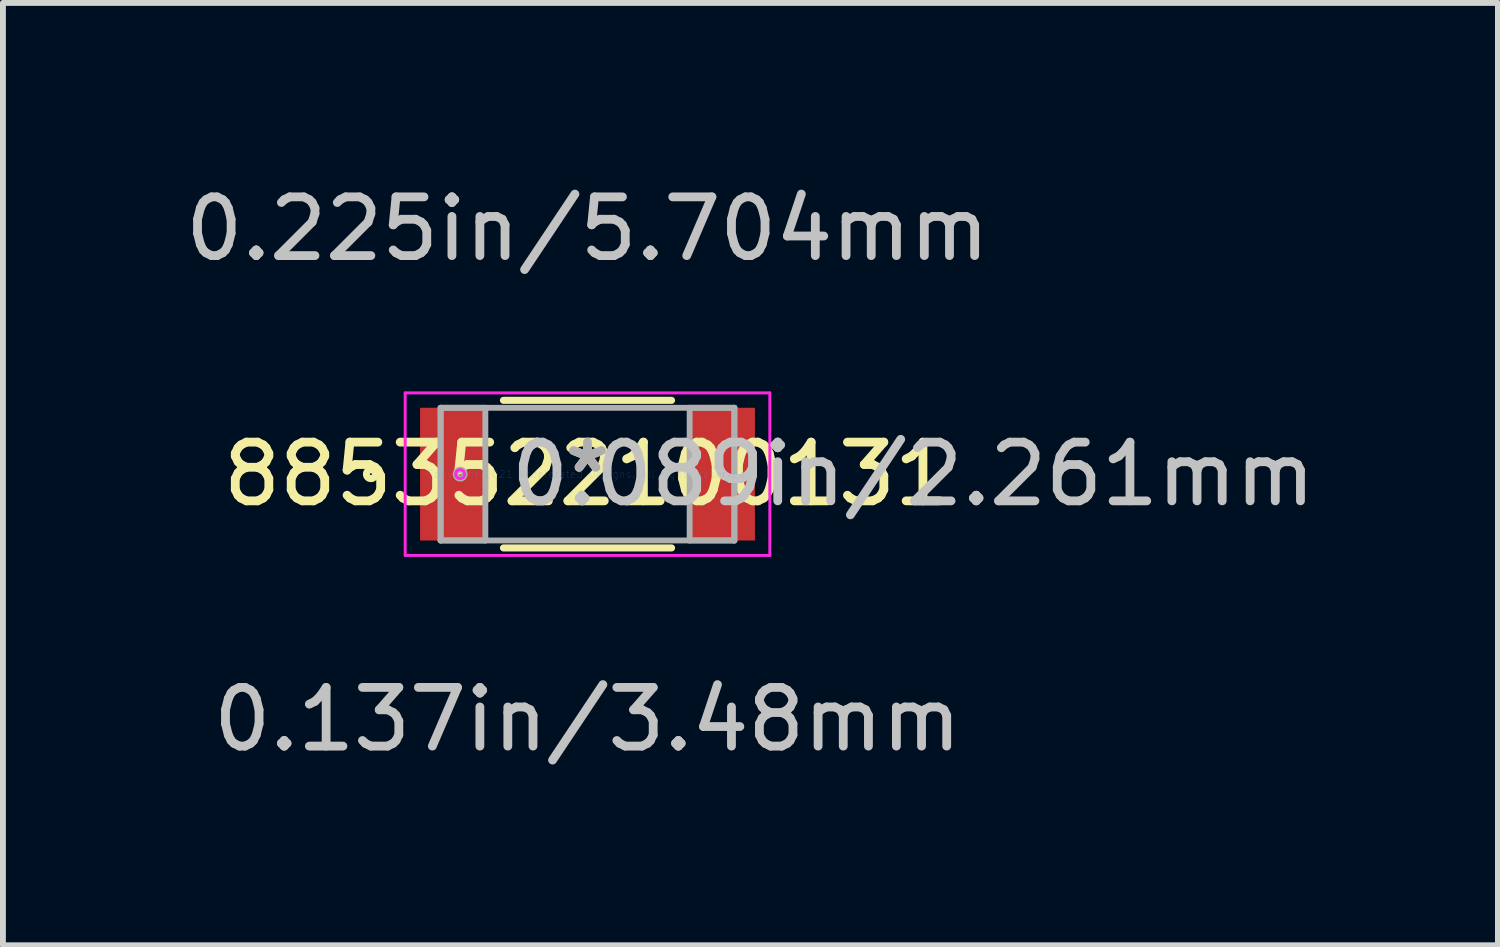
<source format=kicad_pcb>
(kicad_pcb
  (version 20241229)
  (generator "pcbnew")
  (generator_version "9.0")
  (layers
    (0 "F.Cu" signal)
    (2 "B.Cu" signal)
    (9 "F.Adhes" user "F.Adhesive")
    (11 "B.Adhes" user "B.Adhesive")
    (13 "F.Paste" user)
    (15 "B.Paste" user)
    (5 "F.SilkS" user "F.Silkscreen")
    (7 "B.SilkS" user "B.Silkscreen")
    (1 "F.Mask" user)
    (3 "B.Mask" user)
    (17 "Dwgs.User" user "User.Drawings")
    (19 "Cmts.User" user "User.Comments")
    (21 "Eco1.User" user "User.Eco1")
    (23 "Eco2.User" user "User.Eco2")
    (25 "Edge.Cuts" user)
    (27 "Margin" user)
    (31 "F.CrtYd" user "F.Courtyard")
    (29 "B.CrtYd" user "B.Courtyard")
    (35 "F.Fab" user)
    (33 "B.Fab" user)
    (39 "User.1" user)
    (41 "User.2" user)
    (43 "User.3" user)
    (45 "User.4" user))
  (footprint "8853522100131"
    (layer "F.Cu")
    (at 6.958 5.027)
    (property "Reference" "8853522100131" (at 0 0 0) (layer "F.SilkS") (effects (font (size 1 1) (thickness 0.15))))
    (attr through_hole)
    (fp_line (start -1.432 1.257) (end 1.432 1.257) (stroke (width 0.12) (type solid)) (layer "F.SilkS"))
    (fp_line (start 1.432 -1.257) (end -1.432 -1.257) (stroke (width 0.12) (type solid)) (layer "F.SilkS"))
    (fp_circle (center -3.69 0) (end -3.614 0) (stroke (width 0.12) (type solid)) (fill no) (layer "F.SilkS"))
    (fp_line (start -3.106 -1.384) (end 3.106 -1.384) (stroke (width 0.05) (type solid)) (layer "F.CrtYd"))
    (fp_line (start -3.106 1.384) (end -3.106 -1.384) (stroke (width 0.05) (type solid)) (layer "F.CrtYd"))
    (fp_line (start 3.106 -1.384) (end 3.106 1.384) (stroke (width 0.05) (type solid)) (layer "F.CrtYd"))
    (fp_line (start 3.106 1.384) (end -3.106 1.384) (stroke (width 0.05) (type solid)) (layer "F.CrtYd"))
    (fp_circle (center -2.169 0) (end -2.093 0) (stroke (width 0.05) (type solid)) (fill no) (layer "F.CrtYd"))
    (fp_line (start -2.502 -1.13) (end -2.502 1.13) (stroke (width 0.1) (type solid)) (layer "F.Fab"))
    (fp_line (start -2.502 -1.13) (end -2.502 1.13) (stroke (width 0.1) (type solid)) (layer "F.Fab"))
    (fp_line (start -2.502 1.13) (end -1.74 1.13) (stroke (width 0.1) (type solid)) (layer "F.Fab"))
    (fp_line (start -2.502 1.13) (end 2.502 1.13) (stroke (width 0.1) (type solid)) (layer "F.Fab"))
    (fp_line (start -1.74 -1.13) (end -2.502 -1.13) (stroke (width 0.1) (type solid)) (layer "F.Fab"))
    (fp_line (start -1.74 1.13) (end -1.74 -1.13) (stroke (width 0.1) (type solid)) (layer "F.Fab"))
    (fp_line (start 1.74 -1.13) (end 1.74 1.13) (stroke (width 0.1) (type solid)) (layer "F.Fab"))
    (fp_line (start 1.74 1.13) (end 2.502 1.13) (stroke (width 0.1) (type solid)) (layer "F.Fab"))
    (fp_line (start 2.502 -1.13) (end -2.502 -1.13) (stroke (width 0.1) (type solid)) (layer "F.Fab"))
    (fp_line (start 2.502 -1.13) (end 1.74 -1.13) (stroke (width 0.1) (type solid)) (layer "F.Fab"))
    (fp_line (start 2.502 1.13) (end 2.502 -1.13) (stroke (width 0.1) (type solid)) (layer "F.Fab"))
    (fp_line (start 2.502 1.13) (end 2.502 -1.13) (stroke (width 0.1) (type solid)) (layer "F.Fab"))
    (fp_circle (center -2.169 0) (end -2.093 0) (stroke (width 0.1) (type solid)) (fill no) (layer "F.Fab"))
    (fp_text user "*" (at 0 0 0) (layer "F.SilkS") (effects (font (size 1 1) (thickness 0.15))))
    (fp_text user "0.137in/3.48mm" (at 0 4.178 0) (layer "Dwgs.User") (effects (font (size 1 1) (thickness 0.15))))
    (fp_text user "0.089in/2.261mm" (at 5.55 0 0) (layer "Dwgs.User") (effects (font (size 1 1) (thickness 0.15))))
    (fp_text user "0.225in/5.704mm" (at 0 -4.178 0) (layer "Dwgs.User") (effects (font (size 1 1) (thickness 0.15))))
    (fp_text user "Copyright 2021 Accelerated Designs. All rights reserved." (at 0 0 0) (layer "Cmts.User") (effects (font (size 0.127 0.127) (thickness 0.002))))
    (fp_text user "*" (at 0 0 0) (layer "F.Fab") (effects (font (size 1 1) (thickness 0.15))))
    (pad "1" smd rect (at -2.296 0) (size 1.112 2.261) (layers "F.Cu" "F.Mask" "F.Paste"))
    (pad "2" smd rect (at 2.296 0) (size 1.112 2.261) (layers "F.Cu" "F.Mask" "F.Paste")))
  (gr_rect
    (start -3 -3)
    (end 22.467 13.053)
    (stroke (width 0.1) (type default))
    (fill no)
    (layer "Edge.Cuts")))
</source>
